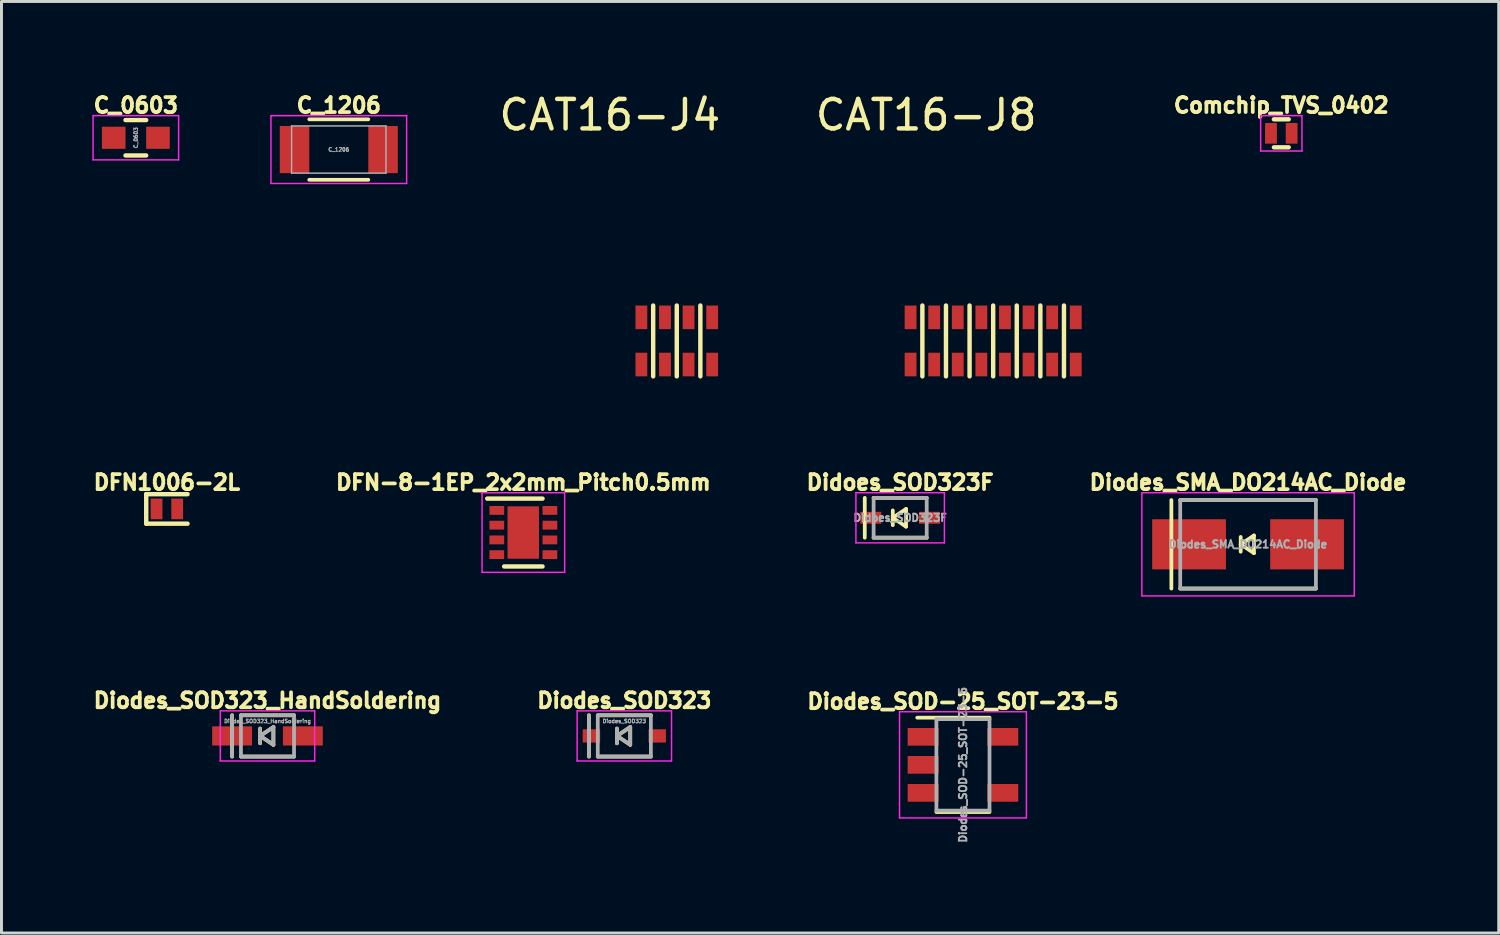
<source format=kicad_pcb>
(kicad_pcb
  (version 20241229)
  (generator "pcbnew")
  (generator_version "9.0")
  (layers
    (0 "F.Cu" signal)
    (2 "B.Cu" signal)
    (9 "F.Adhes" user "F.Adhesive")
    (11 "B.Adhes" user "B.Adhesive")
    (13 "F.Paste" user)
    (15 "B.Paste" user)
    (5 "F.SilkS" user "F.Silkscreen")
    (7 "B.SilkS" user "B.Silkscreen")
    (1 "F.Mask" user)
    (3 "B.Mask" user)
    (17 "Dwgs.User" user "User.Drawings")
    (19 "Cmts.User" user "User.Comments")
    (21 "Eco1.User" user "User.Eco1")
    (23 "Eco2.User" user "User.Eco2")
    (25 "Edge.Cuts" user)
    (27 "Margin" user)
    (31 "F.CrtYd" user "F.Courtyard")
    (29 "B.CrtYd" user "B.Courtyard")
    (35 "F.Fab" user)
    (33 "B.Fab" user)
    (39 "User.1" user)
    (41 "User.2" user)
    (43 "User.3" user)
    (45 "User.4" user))
  (footprint "C_1206"
    (layer "F.Cu")
    (at 8.435 2.02)
    (property "Reference" "C_1206" (at 0 -1.5 0) (layer "F.SilkS") (effects (font (size 0.508 0.508) (thickness 0.127))))
    (attr smd)
    (fp_line (start -1 1.025) (end 1 1.025) (stroke (width 0.127) (type solid)) (layer "F.SilkS"))
    (fp_line (start 1 -1.025) (end -1 -1.025) (stroke (width 0.127) (type solid)) (layer "F.SilkS"))
    (fp_line (start -2.3 -1.15) (end -2.3 1.15) (stroke (width 0.05) (type solid)) (layer "F.CrtYd"))
    (fp_line (start -2.3 -1.15) (end 2.3 -1.15) (stroke (width 0.05) (type solid)) (layer "F.CrtYd"))
    (fp_line (start -2.3 1.15) (end 2.3 1.15) (stroke (width 0.05) (type solid)) (layer "F.CrtYd"))
    (fp_line (start 2.3 -1.15) (end 2.3 1.15) (stroke (width 0.05) (type solid)) (layer "F.CrtYd"))
    (fp_line (start -1.6 -0.8) (end 1.6 -0.8) (stroke (width 0.05) (type solid)) (layer "F.Fab"))
    (fp_line (start -1.6 0.8) (end -1.6 -0.8) (stroke (width 0.05) (type solid)) (layer "F.Fab"))
    (fp_line (start 1.6 -0.8) (end 1.6 0.8) (stroke (width 0.05) (type solid)) (layer "F.Fab"))
    (fp_line (start 1.6 0.8) (end -1.6 0.8) (stroke (width 0.05) (type solid)) (layer "F.Fab"))
    (fp_text user "${REFERENCE}" (at 0 0 0) (layer "F.Fab") (effects (font (size 0.127 0.127) (thickness 0.032))))
    (pad "1" smd rect (at -1.5 0) (size 1 1.6) (layers "F.Cu" "F.Mask" "F.Paste"))
    (pad "2" smd rect (at 1.5 0) (size 1 1.6) (layers "F.Cu" "F.Mask" "F.Paste")))
  (footprint "Diodes_SOD323_HandSoldering"
    (layer "F.Cu")
    (at 6.018 21.898)
    (property "Reference" "Diodes_SOD323_HandSoldering" (at 0 -1.2 0) (layer "F.SilkS") (effects (font (size 0.508 0.508) (thickness 0.127))))
    (attr through_hole)
    (fp_line (start -1.2 -0.7) (end -1.2 0.7) (stroke (width 0.127) (type solid)) (layer "F.SilkS"))
    (fp_line (start -0.9 -0.7) (end 0.9 -0.7) (stroke (width 0.127) (type solid)) (layer "F.SilkS"))
    (fp_line (start -0.9 0.7) (end 0.9 0.7) (stroke (width 0.127) (type solid)) (layer "F.SilkS"))
    (fp_line (start -0.25 -0.25) (end -0.25 0.25) (stroke (width 0.127) (type solid)) (layer "F.SilkS"))
    (fp_line (start -0.25 0) (end 0.2 -0.3) (stroke (width 0.127) (type solid)) (layer "F.SilkS"))
    (fp_line (start 0.2 -0.3) (end 0.2 0.3) (stroke (width 0.127) (type solid)) (layer "F.SilkS"))
    (fp_line (start 0.2 0.3) (end -0.25 0) (stroke (width 0.127) (type solid)) (layer "F.SilkS"))
    (fp_line (start -1.6 -0.85) (end 1.6 -0.85) (stroke (width 0.05) (type solid)) (layer "F.CrtYd"))
    (fp_line (start -1.6 0.85) (end -1.6 -0.85) (stroke (width 0.05) (type solid)) (layer "F.CrtYd"))
    (fp_line (start -1.6 0.85) (end 1.6 0.85) (stroke (width 0.05) (type solid)) (layer "F.CrtYd"))
    (fp_line (start 1.6 -0.85) (end 1.6 0.85) (stroke (width 0.05) (type solid)) (layer "F.CrtYd"))
    (fp_line (start -1.2 -0.7) (end -1.2 0.7) (stroke (width 0.127) (type solid)) (layer "F.Fab"))
    (fp_line (start -0.9 -0.7) (end -0.9 0.7) (stroke (width 0.127) (type solid)) (layer "F.Fab"))
    (fp_line (start -0.9 -0.7) (end 0.9 -0.7) (stroke (width 0.127) (type solid)) (layer "F.Fab"))
    (fp_line (start -0.9 0.7) (end 0.9 0.7) (stroke (width 0.127) (type solid)) (layer "F.Fab"))
    (fp_line (start -0.25 -0.25) (end -0.25 0.25) (stroke (width 0.127) (type solid)) (layer "F.Fab"))
    (fp_line (start -0.25 0) (end 0.2 -0.3) (stroke (width 0.127) (type solid)) (layer "F.Fab"))
    (fp_line (start 0.2 -0.3) (end 0.2 0.3) (stroke (width 0.127) (type solid)) (layer "F.Fab"))
    (fp_line (start 0.2 0.3) (end -0.25 0) (stroke (width 0.127) (type solid)) (layer "F.Fab"))
    (fp_line (start 0.9 -0.7) (end 0.9 0.7) (stroke (width 0.127) (type solid)) (layer "F.Fab"))
    (fp_text user "${REFERENCE}" (at 0 -0.5 0) (layer "F.Fab") (effects (font (size 0.127 0.127) (thickness 0.032))))
    (pad "1" smd rect (at -1.2 0) (size 1.35 0.65) (layers "F.Cu" "F.Mask" "F.Paste"))
    (pad "2" smd rect (at 1.2 0) (size 1.35 0.65) (layers "F.Cu" "F.Mask" "F.Paste")))
  (footprint "Diodes_SOD323"
    (layer "F.Cu")
    (at 18.115 21.898)
    (property "Reference" "Diodes_SOD323" (at 0 -1.2 0) (layer "F.SilkS") (effects (font (size 0.508 0.508) (thickness 0.127))))
    (attr through_hole)
    (fp_line (start -1.2 -0.7) (end -1.2 0.7) (stroke (width 0.127) (type solid)) (layer "F.SilkS"))
    (fp_line (start -0.9 -0.7) (end 0.9 -0.7) (stroke (width 0.127) (type solid)) (layer "F.SilkS"))
    (fp_line (start -0.9 0.7) (end 0.9 0.7) (stroke (width 0.127) (type solid)) (layer "F.SilkS"))
    (fp_line (start -0.25 -0.25) (end -0.25 0.25) (stroke (width 0.127) (type solid)) (layer "F.SilkS"))
    (fp_line (start -0.25 0) (end 0.2 -0.3) (stroke (width 0.127) (type solid)) (layer "F.SilkS"))
    (fp_line (start 0.2 -0.3) (end 0.2 0.3) (stroke (width 0.127) (type solid)) (layer "F.SilkS"))
    (fp_line (start 0.2 0.3) (end -0.25 0) (stroke (width 0.127) (type solid)) (layer "F.SilkS"))
    (fp_line (start -1.6 -0.85) (end 1.6 -0.85) (stroke (width 0.05) (type solid)) (layer "F.CrtYd"))
    (fp_line (start -1.6 0.85) (end -1.6 -0.85) (stroke (width 0.05) (type solid)) (layer "F.CrtYd"))
    (fp_line (start -1.6 0.85) (end 1.6 0.85) (stroke (width 0.05) (type solid)) (layer "F.CrtYd"))
    (fp_line (start 1.6 -0.85) (end 1.6 0.85) (stroke (width 0.05) (type solid)) (layer "F.CrtYd"))
    (fp_line (start -1.2 -0.7) (end -1.2 0.7) (stroke (width 0.127) (type solid)) (layer "F.Fab"))
    (fp_line (start -0.9 -0.7) (end -0.9 0.7) (stroke (width 0.127) (type solid)) (layer "F.Fab"))
    (fp_line (start -0.9 -0.7) (end 0.9 -0.7) (stroke (width 0.127) (type solid)) (layer "F.Fab"))
    (fp_line (start -0.9 0.7) (end 0.9 0.7) (stroke (width 0.127) (type solid)) (layer "F.Fab"))
    (fp_line (start -0.25 -0.25) (end -0.25 0.25) (stroke (width 0.127) (type solid)) (layer "F.Fab"))
    (fp_line (start -0.25 0) (end 0.2 -0.3) (stroke (width 0.127) (type solid)) (layer "F.Fab"))
    (fp_line (start 0.2 -0.3) (end 0.2 0.3) (stroke (width 0.127) (type solid)) (layer "F.Fab"))
    (fp_line (start 0.2 0.3) (end -0.25 0) (stroke (width 0.127) (type solid)) (layer "F.Fab"))
    (fp_line (start 0.9 -0.7) (end 0.9 0.7) (stroke (width 0.127) (type solid)) (layer "F.Fab"))
    (fp_text user "${REFERENCE}" (at 0 -0.5 0) (layer "F.Fab") (effects (font (size 0.127 0.127) (thickness 0.032))))
    (pad "1" smd rect (at -1.115 0) (size 0.59 0.45) (layers "F.Cu" "F.Mask" "F.Paste"))
    (pad "2" smd rect (at 1.115 0) (size 0.59 0.45) (layers "F.Cu" "F.Mask" "F.Paste")))
  (footprint "C_0603"
    (layer "F.Cu")
    (at 1.555 1.62)
    (property "Reference" "C_0603" (at 0 -1.1 0) (layer "F.SilkS") (effects (font (size 0.508 0.508) (thickness 0.127))))
    (attr smd)
    (fp_line (start -0.35 -0.6) (end 0.35 -0.6) (stroke (width 0.15) (type solid)) (layer "F.SilkS"))
    (fp_line (start 0.35 0.6) (end -0.35 0.6) (stroke (width 0.15) (type solid)) (layer "F.SilkS"))
    (fp_line (start -1.45 -0.75) (end -1.45 0.75) (stroke (width 0.05) (type solid)) (layer "F.CrtYd"))
    (fp_line (start -1.45 -0.75) (end 1.45 -0.75) (stroke (width 0.05) (type solid)) (layer "F.CrtYd"))
    (fp_line (start -1.45 0.75) (end 1.45 0.75) (stroke (width 0.05) (type solid)) (layer "F.CrtYd"))
    (fp_line (start 1.45 -0.75) (end 1.45 0.75) (stroke (width 0.05) (type solid)) (layer "F.CrtYd"))
    (fp_text user "${REFERENCE}" (at 0 0 90) (layer "F.Fab") (effects (font (size 0.127 0.127) (thickness 0.032))))
    (pad "1" smd rect (at -0.75 0) (size 0.8 0.75) (layers "F.Cu" "F.Mask" "F.Paste"))
    (pad "2" smd rect (at 0.75 0) (size 0.8 0.75) (layers "F.Cu" "F.Mask" "F.Paste")))
  (footprint "DFN1006-2L"
    (layer "F.Cu")
    (at 2.607 14.203)
    (property "Reference" "DFN1006-2L" (at 0 -0.9 0) (layer "F.SilkS") (effects (font (size 0.508 0.508) (thickness 0.127))))
    (attr through_hole)
    (fp_line (start -0.7 -0.5) (end -0.7 0.5) (stroke (width 0.15) (type solid)) (layer "F.SilkS"))
    (fp_line (start -0.7 -0.5) (end 0.7 -0.5) (stroke (width 0.15) (type solid)) (layer "F.SilkS"))
    (fp_line (start 0.7 0.5) (end -0.7 0.5) (stroke (width 0.15) (type solid)) (layer "F.SilkS"))
    (pad "1" smd rect (at -0.35 0) (size 0.4 0.7) (layers "F.Cu" "F.Mask" "F.Paste"))
    (pad "2" smd rect (at 0.35 0) (size 0.4 0.7) (layers "F.Cu" "F.Mask" "F.Paste")))
  (footprint "CAT16-J4"
    (layer "F.Cu")
    (at 19.893 8.508)
    (property "Reference" "CAT16-J4" (at -2.27 -7.66 0) (layer "F.SilkS") (effects (font (size 1 1) (thickness 0.15))))
    (attr through_hole)
    (fp_line (start -0.8 -1.2) (end -0.8 1.2) (stroke (width 0.15) (type solid)) (layer "F.SilkS"))
    (fp_line (start 0 -1.2) (end 0 1.2) (stroke (width 0.15) (type solid)) (layer "F.SilkS"))
    (fp_line (start 0.8 -1.2) (end 0.8 1.2) (stroke (width 0.15) (type solid)) (layer "F.SilkS"))
    (pad "1" smd rect (at -1.2 0.8) (size 0.4 0.8) (layers "F.Cu" "F.Mask" "F.Paste"))
    (pad "2" smd rect (at -0.4 0.8) (size 0.4 0.8) (layers "F.Cu" "F.Mask" "F.Paste"))
    (pad "3" smd rect (at 0.4 0.8) (size 0.4 0.8) (layers "F.Cu" "F.Mask" "F.Paste"))
    (pad "4" smd rect (at 1.2 0.8) (size 0.4 0.8) (layers "F.Cu" "F.Mask" "F.Paste"))
    (pad "5" smd rect (at 1.2 -0.8) (size 0.4 0.8) (layers "F.Cu" "F.Mask" "F.Paste"))
    (pad "6" smd rect (at 0.4 -0.8) (size 0.4 0.8) (layers "F.Cu" "F.Mask" "F.Paste"))
    (pad "7" smd rect (at -0.4 -0.8) (size 0.4 0.8) (layers "F.Cu" "F.Mask" "F.Paste"))
    (pad "8" smd rect (at -1.2 -0.8) (size 0.4 0.8) (layers "F.Cu" "F.Mask" "F.Paste")))
  (footprint "DFN-8-1EP_2x2mm_Pitch0.5mm"
    (layer "F.Cu")
    (at 14.692 15.003)
    (property "Reference" "DFN-8-1EP_2x2mm_Pitch0.5mm" (at 0 -1.7 0) (layer "F.SilkS") (effects (font (size 0.508 0.508) (thickness 0.127))))
    (attr smd)
    (fp_line (start -1.225 -1.15) (end 0.65 -1.15) (stroke (width 0.15) (type solid)) (layer "F.SilkS"))
    (fp_line (start -0.65 1.15) (end 0.65 1.15) (stroke (width 0.15) (type solid)) (layer "F.SilkS"))
    (fp_line (start -1.4 -1.35) (end -1.4 1.35) (stroke (width 0.05) (type solid)) (layer "F.CrtYd"))
    (fp_line (start -1.4 -1.35) (end 1.4 -1.35) (stroke (width 0.05) (type solid)) (layer "F.CrtYd"))
    (fp_line (start -1.4 1.35) (end 1.4 1.35) (stroke (width 0.05) (type solid)) (layer "F.CrtYd"))
    (fp_line (start 1.4 -1.35) (end 1.4 1.35) (stroke (width 0.05) (type solid)) (layer "F.CrtYd"))
    (pad "1" smd rect (at -0.9 -0.75) (size 0.5 0.3) (layers "F.Cu" "F.Mask" "F.Paste"))
    (pad "2" smd rect (at -0.9 -0.25) (size 0.5 0.3) (layers "F.Cu" "F.Mask" "F.Paste"))
    (pad "3" smd rect (at -0.9 0.25) (size 0.5 0.3) (layers "F.Cu" "F.Mask" "F.Paste"))
    (pad "4" smd rect (at -0.9 0.75) (size 0.5 0.3) (layers "F.Cu" "F.Mask" "F.Paste"))
    (pad "5" smd rect (at 0.9 0.75) (size 0.5 0.3) (layers "F.Cu" "F.Mask" "F.Paste"))
    (pad "6" smd rect (at 0.9 0.25) (size 0.5 0.3) (layers "F.Cu" "F.Mask" "F.Paste"))
    (pad "7" smd rect (at 0.9 -0.25) (size 0.5 0.3) (layers "F.Cu" "F.Mask" "F.Paste"))
    (pad "8" smd rect (at 0.9 -0.75) (size 0.5 0.3) (layers "F.Cu" "F.Mask" "F.Paste"))
    (pad "9" smd rect (at 0 -0.44) (size 1.06 0.88) (layers "F.Cu" "F.Mask" "F.Paste"))
    (pad "9" smd rect (at 0 0) (size 1.06 1.76) (layers "F.Cu" "F.Mask"))
    (pad "9" smd rect (at 0 0.44) (size 1.06 0.88) (layers "F.Cu" "F.Mask" "F.Paste")))
  (footprint "Comchip_TVS_0402"
    (layer "F.Cu")
    (at 40.387 1.47)
    (property "Reference" "Comchip_TVS_0402" (at 0 -0.95 0) (layer "F.SilkS") (effects (font (size 0.508 0.508) (thickness 0.127))))
    (attr smd)
    (fp_line (start -0.25 0.475) (end 0.25 0.475) (stroke (width 0.15) (type solid)) (layer "F.SilkS"))
    (fp_line (start 0.25 -0.475) (end -0.25 -0.475) (stroke (width 0.15) (type solid)) (layer "F.SilkS"))
    (fp_line (start -0.7 -0.6) (end -0.7 0.6) (stroke (width 0.05) (type solid)) (layer "F.CrtYd"))
    (fp_line (start -0.7 -0.6) (end 0.7 -0.6) (stroke (width 0.05) (type solid)) (layer "F.CrtYd"))
    (fp_line (start -0.7 0.6) (end 0.7 0.6) (stroke (width 0.05) (type solid)) (layer "F.CrtYd"))
    (fp_line (start 0.7 -0.6) (end 0.7 0.6) (stroke (width 0.05) (type solid)) (layer "F.CrtYd"))
    (pad "1" smd rect (at -0.35 0) (size 0.4 0.7) (layers "F.Cu" "F.Mask" "F.Paste"))
    (pad "2" smd rect (at 0.35 0) (size 0.4 0.7) (layers "F.Cu" "F.Mask" "F.Paste")))
  (footprint "Diodes_SMA_DO214AC_Diode"
    (layer "F.Cu")
    (at 39.26 15.403)
    (property "Reference" "Diodes_SMA_DO214AC_Diode" (at 0 -2.1 0) (layer "F.SilkS") (effects (font (size 0.508 0.508) (thickness 0.127))))
    (attr through_hole)
    (fp_line (start -2.6 -1.5) (end -2.6 1.5) (stroke (width 0.127) (type solid)) (layer "F.SilkS"))
    (fp_line (start -2.3 -1.5) (end 2.3 -1.5) (stroke (width 0.127) (type solid)) (layer "F.SilkS"))
    (fp_line (start -2.3 1.5) (end 2.3 1.5) (stroke (width 0.127) (type solid)) (layer "F.SilkS"))
    (fp_line (start -0.25 -0.25) (end -0.25 0.25) (stroke (width 0.127) (type solid)) (layer "F.SilkS"))
    (fp_line (start -0.25 0) (end 0.2 -0.3) (stroke (width 0.127) (type solid)) (layer "F.SilkS"))
    (fp_line (start 0.2 -0.3) (end 0.2 0.3) (stroke (width 0.127) (type solid)) (layer "F.SilkS"))
    (fp_line (start 0.2 0.3) (end -0.25 0) (stroke (width 0.127) (type solid)) (layer "F.SilkS"))
    (fp_line (start -3.6 -1.75) (end 3.6 -1.75) (stroke (width 0.05) (type solid)) (layer "F.CrtYd"))
    (fp_line (start -3.6 1.75) (end -3.6 -1.75) (stroke (width 0.05) (type solid)) (layer "F.CrtYd"))
    (fp_line (start 3.6 -1.75) (end 3.6 1.75) (stroke (width 0.05) (type solid)) (layer "F.CrtYd"))
    (fp_line (start 3.6 1.75) (end -3.6 1.75) (stroke (width 0.05) (type solid)) (layer "F.CrtYd"))
    (fp_line (start -2.3 -1.5) (end -2.3 1.5) (stroke (width 0.127) (type solid)) (layer "F.Fab"))
    (fp_line (start -2.3 -1.5) (end 2.3 -1.5) (stroke (width 0.127) (type solid)) (layer "F.Fab"))
    (fp_line (start -2.3 1.5) (end 2.3 1.5) (stroke (width 0.127) (type solid)) (layer "F.Fab"))
    (fp_line (start 2.3 1.5) (end 2.3 -1.5) (stroke (width 0.127) (type solid)) (layer "F.Fab"))
    (fp_text user "${REFERENCE}" (at 0 0 180) (layer "F.Fab") (effects (font (size 0.254 0.254) (thickness 0.064))))
    (pad "1" smd rect (at -2 0) (size 2.5 1.7) (layers "F.Cu" "F.Mask" "F.Paste"))
    (pad "2" smd rect (at 2 0) (size 2.5 1.7) (layers "F.Cu" "F.Mask" "F.Paste")))
  (footprint "Diodes_SOD-25_SOT-23-5"
    (layer "F.Cu")
    (at 29.595 22.879)
    (property "Reference" "Diodes_SOD-25_SOT-23-5" (at 0 -2.15 0) (layer "F.SilkS") (effects (font (size 0.508 0.508) (thickness 0.127))))
    (attr smd)
    (fp_line (start -0.9 1.6) (end 0.9 1.6) (stroke (width 0.127) (type solid)) (layer "F.SilkS"))
    (fp_line (start 0.9 -1.6) (end -1.55 -1.6) (stroke (width 0.127) (type solid)) (layer "F.SilkS"))
    (fp_line (start -2.15 -1.8) (end 2.15 -1.8) (stroke (width 0.05) (type solid)) (layer "F.CrtYd"))
    (fp_line (start -2.15 1.8) (end -2.15 -1.8) (stroke (width 0.05) (type solid)) (layer "F.CrtYd"))
    (fp_line (start 2.15 -1.8) (end 2.15 1.8) (stroke (width 0.05) (type solid)) (layer "F.CrtYd"))
    (fp_line (start 2.15 1.8) (end -2.15 1.8) (stroke (width 0.05) (type solid)) (layer "F.CrtYd"))
    (fp_line (start -0.9 -1.55) (end -0.9 1.55) (stroke (width 0.127) (type solid)) (layer "F.Fab"))
    (fp_line (start 0.9 -1.55) (end -0.9 -1.55) (stroke (width 0.127) (type solid)) (layer "F.Fab"))
    (fp_line (start 0.9 -1.55) (end 0.9 1.55) (stroke (width 0.127) (type solid)) (layer "F.Fab"))
    (fp_line (start 0.9 1.55) (end -0.9 1.55) (stroke (width 0.127) (type solid)) (layer "F.Fab"))
    (fp_text user "${REFERENCE}" (at 0 0 90) (layer "F.Fab") (effects (font (size 0.254 0.254) (thickness 0.064))))
    (pad "1" smd rect (at -1.35 -0.95) (size 1.05 0.6) (layers "F.Cu" "F.Mask" "F.Paste"))
    (pad "2" smd rect (at -1.35 0) (size 1.05 0.6) (layers "F.Cu" "F.Mask" "F.Paste"))
    (pad "3" smd rect (at -1.35 0.95) (size 1.05 0.6) (layers "F.Cu" "F.Mask" "F.Paste"))
    (pad "4" smd rect (at 1.35 0.95) (size 1.05 0.6) (layers "F.Cu" "F.Mask" "F.Paste"))
    (pad "5" smd rect (at 1.35 -0.95) (size 1.05 0.6) (layers "F.Cu" "F.Mask" "F.Paste")))
  (footprint "CAT16-J8"
    (layer "F.Cu")
    (at 30.619 8.508)
    (property "Reference" "CAT16-J8" (at -2.27 -7.66 0) (layer "F.SilkS") (effects (font (size 1 1) (thickness 0.15))))
    (attr through_hole)
    (fp_line (start -2.4 -1.2) (end -2.4 1.2) (stroke (width 0.15) (type solid)) (layer "F.SilkS"))
    (fp_line (start -1.6 -1.2) (end -1.6 1.2) (stroke (width 0.15) (type solid)) (layer "F.SilkS"))
    (fp_line (start -0.8 -1.2) (end -0.8 1.2) (stroke (width 0.15) (type solid)) (layer "F.SilkS"))
    (fp_line (start 0 -1.2) (end 0 1.2) (stroke (width 0.15) (type solid)) (layer "F.SilkS"))
    (fp_line (start 0.8 -1.2) (end 0.8 1.2) (stroke (width 0.15) (type solid)) (layer "F.SilkS"))
    (fp_line (start 1.6 -1.2) (end 1.6 1.2) (stroke (width 0.15) (type solid)) (layer "F.SilkS"))
    (fp_line (start 2.4 -1.2) (end 2.4 1.2) (stroke (width 0.15) (type solid)) (layer "F.SilkS"))
    (pad "1" smd rect (at -2.8 0.8) (size 0.4 0.8) (layers "F.Cu" "F.Mask" "F.Paste"))
    (pad "2" smd rect (at -2 0.8) (size 0.4 0.8) (layers "F.Cu" "F.Mask" "F.Paste"))
    (pad "3" smd rect (at -1.2 0.8) (size 0.4 0.8) (layers "F.Cu" "F.Mask" "F.Paste"))
    (pad "4" smd rect (at -0.4 0.8) (size 0.4 0.8) (layers "F.Cu" "F.Mask" "F.Paste"))
    (pad "5" smd rect (at 0.4 0.8) (size 0.4 0.8) (layers "F.Cu" "F.Mask" "F.Paste"))
    (pad "6" smd rect (at 1.2 0.8) (size 0.4 0.8) (layers "F.Cu" "F.Mask" "F.Paste"))
    (pad "7" smd rect (at 2 0.8) (size 0.4 0.8) (layers "F.Cu" "F.Mask" "F.Paste"))
    (pad "8" smd rect (at 2.8 0.8) (size 0.4 0.8) (layers "F.Cu" "F.Mask" "F.Paste"))
    (pad "9" smd rect (at 2.8 -0.8) (size 0.4 0.8) (layers "F.Cu" "F.Mask" "F.Paste"))
    (pad "10" smd rect (at 2 -0.8) (size 0.4 0.8) (layers "F.Cu" "F.Mask" "F.Paste"))
    (pad "11" smd rect (at 1.2 -0.8) (size 0.4 0.8) (layers "F.Cu" "F.Mask" "F.Paste"))
    (pad "12" smd rect (at 0.4 -0.8) (size 0.4 0.8) (layers "F.Cu" "F.Mask" "F.Paste"))
    (pad "13" smd rect (at -0.4 -0.8) (size 0.4 0.8) (layers "F.Cu" "F.Mask" "F.Paste"))
    (pad "14" smd rect (at -1.2 -0.8) (size 0.4 0.8) (layers "F.Cu" "F.Mask" "F.Paste"))
    (pad "15" smd rect (at -2 -0.8) (size 0.4 0.8) (layers "F.Cu" "F.Mask" "F.Paste"))
    (pad "16" smd rect (at -2.8 -0.8) (size 0.4 0.8) (layers "F.Cu" "F.Mask" "F.Paste")))
  (footprint "Didoes_SOD323F"
    (layer "F.Cu")
    (at 27.466 14.503)
    (property "Reference" "Didoes_SOD323F" (at 0 -1.2 0) (layer "F.SilkS") (effects (font (size 0.508 0.508) (thickness 0.127))))
    (attr through_hole)
    (fp_line (start -1.2 -0.675) (end -1.2 0.675) (stroke (width 0.127) (type solid)) (layer "F.SilkS"))
    (fp_line (start -0.9 -0.675) (end 0.9 -0.675) (stroke (width 0.127) (type solid)) (layer "F.SilkS"))
    (fp_line (start -0.9 0.675) (end 0.9 0.675) (stroke (width 0.127) (type solid)) (layer "F.SilkS"))
    (fp_line (start -0.25 -0.25) (end -0.25 0.25) (stroke (width 0.127) (type solid)) (layer "F.SilkS"))
    (fp_line (start -0.25 0) (end 0.2 -0.3) (stroke (width 0.127) (type solid)) (layer "F.SilkS"))
    (fp_line (start 0.2 -0.3) (end 0.2 0.3) (stroke (width 0.127) (type solid)) (layer "F.SilkS"))
    (fp_line (start 0.2 0.3) (end -0.25 0) (stroke (width 0.127) (type solid)) (layer "F.SilkS"))
    (fp_line (start -1.5 -0.85) (end 1.5 -0.85) (stroke (width 0.05) (type solid)) (layer "F.CrtYd"))
    (fp_line (start -1.5 0.85) (end -1.5 -0.85) (stroke (width 0.05) (type solid)) (layer "F.CrtYd"))
    (fp_line (start -1.5 0.85) (end 1.5 0.85) (stroke (width 0.05) (type solid)) (layer "F.CrtYd"))
    (fp_line (start 1.5 -0.85) (end 1.5 0.85) (stroke (width 0.05) (type solid)) (layer "F.CrtYd"))
    (fp_line (start -0.9 -0.675) (end -0.9 0.675) (stroke (width 0.127) (type solid)) (layer "F.Fab"))
    (fp_line (start -0.9 -0.675) (end 0.9 -0.675) (stroke (width 0.127) (type solid)) (layer "F.Fab"))
    (fp_line (start -0.9 0.675) (end 0.9 0.675) (stroke (width 0.127) (type solid)) (layer "F.Fab"))
    (fp_line (start 0.9 -0.675) (end 0.9 0.675) (stroke (width 0.127) (type solid)) (layer "F.Fab"))
    (fp_text user "${REFERENCE}" (at 0 0 0) (layer "F.Fab") (effects (font (size 0.254 0.254) (thickness 0.064))))
    (pad "1" smd rect (at -0.995 0) (size 0.71 0.403) (layers "F.Cu" "F.Mask" "F.Paste"))
    (pad "2" smd rect (at 0.995 0) (size 0.71 0.403) (layers "F.Cu" "F.Mask" "F.Paste")))
  (gr_rect
    (start -3 -3)
    (end 47.758 28.579)
    (stroke (width 0.1) (type default))
    (fill no)
    (layer "Edge.Cuts")))
</source>
